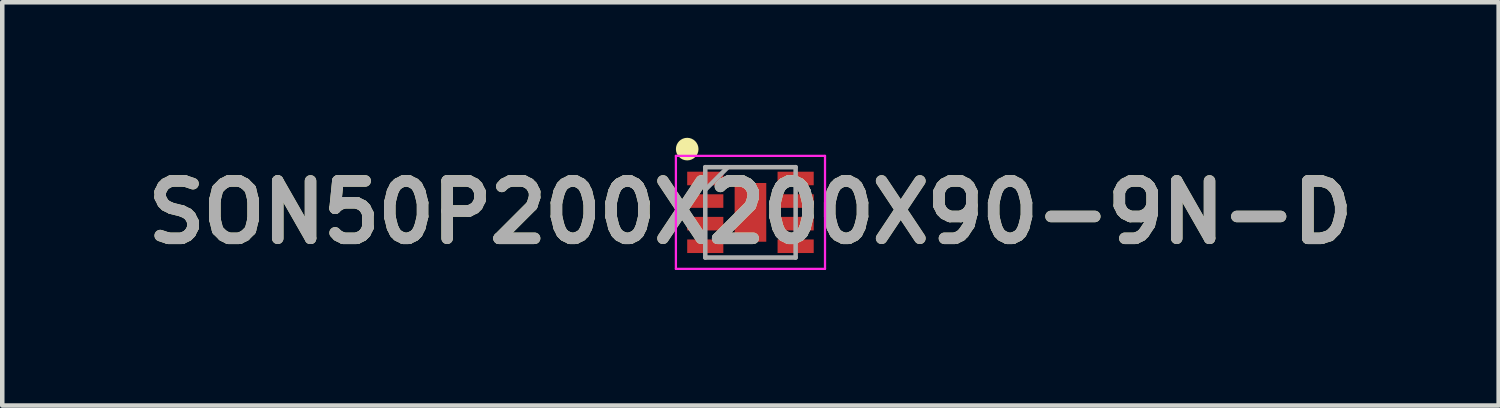
<source format=kicad_pcb>
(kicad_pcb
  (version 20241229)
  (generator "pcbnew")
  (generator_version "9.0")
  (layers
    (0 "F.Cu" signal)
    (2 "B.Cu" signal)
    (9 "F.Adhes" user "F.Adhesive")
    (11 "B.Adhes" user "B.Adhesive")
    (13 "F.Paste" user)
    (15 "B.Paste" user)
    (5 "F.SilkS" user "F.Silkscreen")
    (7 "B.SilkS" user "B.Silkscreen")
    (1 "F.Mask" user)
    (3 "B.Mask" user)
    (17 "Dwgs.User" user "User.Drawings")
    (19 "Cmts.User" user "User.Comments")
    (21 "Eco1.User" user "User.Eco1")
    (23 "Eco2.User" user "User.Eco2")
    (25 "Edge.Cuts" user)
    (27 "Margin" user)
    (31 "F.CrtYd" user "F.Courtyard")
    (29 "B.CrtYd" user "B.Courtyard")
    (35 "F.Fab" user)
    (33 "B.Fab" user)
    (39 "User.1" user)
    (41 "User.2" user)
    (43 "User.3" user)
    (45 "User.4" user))
  (footprint "SON50P200X200X90-9N-D"
    (layer "F.Cu")
    (at 13.559 1.65)
    (property "Reference" "SON50P200X200X90-9N-D" (at 0 0 0) (layer "F.SilkS") (effects (font (size 1.27 1.27) (thickness 0.254))))
    (attr smd)
    (fp_circle (center -1.4 -1.4) (end -1.4 -1.275) (stroke (width 0.25) (type solid)) (fill no) (layer "F.SilkS"))
    (fp_line (start -1.65 -1.25) (end 1.65 -1.25) (stroke (width 0.05) (type solid)) (layer "F.CrtYd"))
    (fp_line (start -1.65 1.25) (end -1.65 -1.25) (stroke (width 0.05) (type solid)) (layer "F.CrtYd"))
    (fp_line (start 1.65 -1.25) (end 1.65 1.25) (stroke (width 0.05) (type solid)) (layer "F.CrtYd"))
    (fp_line (start 1.65 1.25) (end -1.65 1.25) (stroke (width 0.05) (type solid)) (layer "F.CrtYd"))
    (fp_line (start -1 -1) (end 1 -1) (stroke (width 0.1) (type solid)) (layer "F.Fab"))
    (fp_line (start -1 -0.5) (end -0.5 -1) (stroke (width 0.1) (type solid)) (layer "F.Fab"))
    (fp_line (start -1 1) (end -1 -1) (stroke (width 0.1) (type solid)) (layer "F.Fab"))
    (fp_line (start 1 -1) (end 1 1) (stroke (width 0.1) (type solid)) (layer "F.Fab"))
    (fp_line (start 1 1) (end -1 1) (stroke (width 0.1) (type solid)) (layer "F.Fab"))
    (fp_text user "${REFERENCE}" (at 0 0 0) (layer "F.Fab") (effects (font (size 1.27 1.27) (thickness 0.254))))
    (pad "1" smd rect (at -1 -0.75 90) (size 0.3 0.8) (layers "F.Cu" "F.Mask" "F.Paste"))
    (pad "2" smd rect (at -1 -0.25 90) (size 0.3 0.8) (layers "F.Cu" "F.Mask" "F.Paste"))
    (pad "3" smd rect (at -1 0.25 90) (size 0.3 0.8) (layers "F.Cu" "F.Mask" "F.Paste"))
    (pad "4" smd rect (at -1 0.75 90) (size 0.3 0.8) (layers "F.Cu" "F.Mask" "F.Paste"))
    (pad "5" smd rect (at 1 0.75 90) (size 0.3 0.8) (layers "F.Cu" "F.Mask" "F.Paste"))
    (pad "6" smd rect (at 1 0.25 90) (size 0.3 0.8) (layers "F.Cu" "F.Mask" "F.Paste"))
    (pad "7" smd rect (at 1 -0.25 90) (size 0.3 0.8) (layers "F.Cu" "F.Mask" "F.Paste"))
    (pad "8" smd rect (at 1 -0.75 90) (size 0.3 0.8) (layers "F.Cu" "F.Mask" "F.Paste"))
    (pad "9" smd rect (at 0 0) (size 0.7 1.3) (layers "F.Cu" "F.Mask" "F.Paste")))
  (gr_rect
    (start -3 -3)
    (end 30.118 5.925)
    (stroke (width 0.1) (type default))
    (fill no)
    (layer "Edge.Cuts")))
</source>
